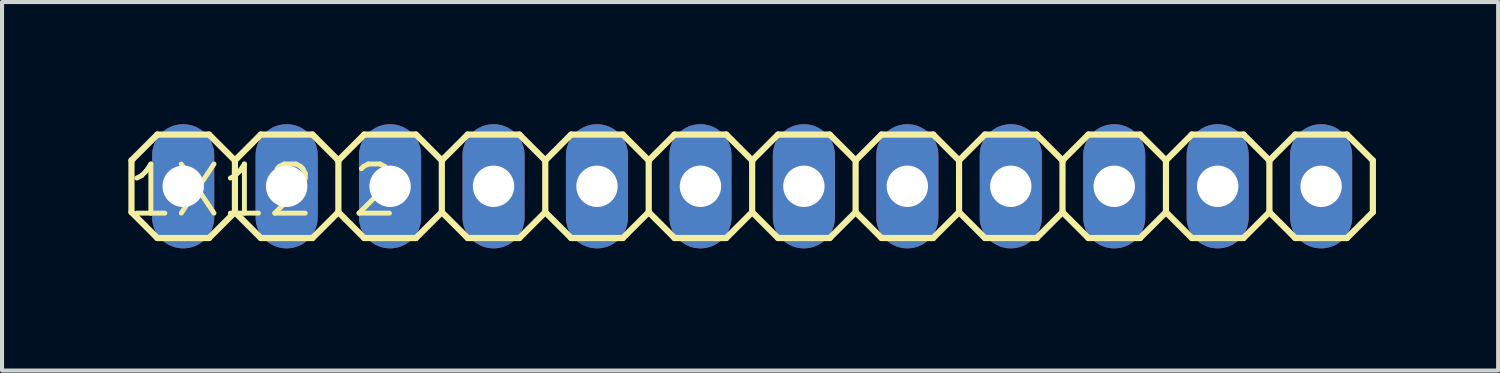
<source format=kicad_pcb>
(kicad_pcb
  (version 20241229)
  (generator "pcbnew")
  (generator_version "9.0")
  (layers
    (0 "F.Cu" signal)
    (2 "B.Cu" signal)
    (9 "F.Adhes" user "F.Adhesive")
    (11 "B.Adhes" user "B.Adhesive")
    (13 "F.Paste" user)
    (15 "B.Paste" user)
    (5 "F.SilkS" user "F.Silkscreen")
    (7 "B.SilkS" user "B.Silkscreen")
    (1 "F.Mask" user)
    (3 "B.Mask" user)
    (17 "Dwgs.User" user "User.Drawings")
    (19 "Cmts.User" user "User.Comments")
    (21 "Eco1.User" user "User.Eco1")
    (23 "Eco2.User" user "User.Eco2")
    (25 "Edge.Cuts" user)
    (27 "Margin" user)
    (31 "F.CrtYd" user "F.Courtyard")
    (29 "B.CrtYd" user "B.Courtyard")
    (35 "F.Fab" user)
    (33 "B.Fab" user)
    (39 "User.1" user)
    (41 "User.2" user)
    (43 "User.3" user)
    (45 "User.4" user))
  (footprint "1X12 2"
    (layer "F.Cu")
    (at 15.418 1.524)
    (property "Reference" "1X12 2" (at -15.418 0.813 180) (layer "F.SilkS") (effects (font (size 1.206 1.206) (thickness 0.121)) (justify left bottom)))
    (attr through_hole)
    (fp_line (start -15.24 -0.635) (end -15.24 0.635) (stroke (width 0.152) (type solid)) (layer "F.SilkS"))
    (fp_line (start -15.24 0.635) (end -14.605 1.27) (stroke (width 0.152) (type solid)) (layer "F.SilkS"))
    (fp_line (start -14.605 -1.27) (end -15.24 -0.635) (stroke (width 0.152) (type solid)) (layer "F.SilkS"))
    (fp_line (start -14.605 -1.27) (end -13.335 -1.27) (stroke (width 0.152) (type solid)) (layer "F.SilkS"))
    (fp_line (start -13.335 -1.27) (end -12.7 -0.635) (stroke (width 0.152) (type solid)) (layer "F.SilkS"))
    (fp_line (start -13.335 1.27) (end -14.605 1.27) (stroke (width 0.152) (type solid)) (layer "F.SilkS"))
    (fp_line (start -12.7 -0.635) (end -12.7 0.635) (stroke (width 0.152) (type solid)) (layer "F.SilkS"))
    (fp_line (start -12.7 -0.635) (end -12.065 -1.27) (stroke (width 0.152) (type solid)) (layer "F.SilkS"))
    (fp_line (start -12.7 0.635) (end -13.335 1.27) (stroke (width 0.152) (type solid)) (layer "F.SilkS"))
    (fp_line (start -12.065 -1.27) (end -10.795 -1.27) (stroke (width 0.152) (type solid)) (layer "F.SilkS"))
    (fp_line (start -12.065 1.27) (end -12.7 0.635) (stroke (width 0.152) (type solid)) (layer "F.SilkS"))
    (fp_line (start -10.795 -1.27) (end -10.16 -0.635) (stroke (width 0.152) (type solid)) (layer "F.SilkS"))
    (fp_line (start -10.795 1.27) (end -12.065 1.27) (stroke (width 0.152) (type solid)) (layer "F.SilkS"))
    (fp_line (start -10.16 -0.635) (end -10.16 0.635) (stroke (width 0.152) (type solid)) (layer "F.SilkS"))
    (fp_line (start -10.16 -0.635) (end -9.525 -1.27) (stroke (width 0.152) (type solid)) (layer "F.SilkS"))
    (fp_line (start -10.16 0.635) (end -10.795 1.27) (stroke (width 0.152) (type solid)) (layer "F.SilkS"))
    (fp_line (start -9.525 -1.27) (end -8.255 -1.27) (stroke (width 0.152) (type solid)) (layer "F.SilkS"))
    (fp_line (start -9.525 1.27) (end -10.16 0.635) (stroke (width 0.152) (type solid)) (layer "F.SilkS"))
    (fp_line (start -8.255 -1.27) (end -7.62 -0.635) (stroke (width 0.152) (type solid)) (layer "F.SilkS"))
    (fp_line (start -8.255 1.27) (end -9.525 1.27) (stroke (width 0.152) (type solid)) (layer "F.SilkS"))
    (fp_line (start -7.62 -0.635) (end -7.62 0.635) (stroke (width 0.152) (type solid)) (layer "F.SilkS"))
    (fp_line (start -7.62 0.635) (end -8.255 1.27) (stroke (width 0.152) (type solid)) (layer "F.SilkS"))
    (fp_line (start -7.62 0.635) (end -6.985 1.27) (stroke (width 0.152) (type solid)) (layer "F.SilkS"))
    (fp_line (start -6.985 -1.27) (end -7.62 -0.635) (stroke (width 0.152) (type solid)) (layer "F.SilkS"))
    (fp_line (start -6.985 -1.27) (end -5.715 -1.27) (stroke (width 0.152) (type solid)) (layer "F.SilkS"))
    (fp_line (start -5.715 -1.27) (end -5.08 -0.635) (stroke (width 0.152) (type solid)) (layer "F.SilkS"))
    (fp_line (start -5.715 1.27) (end -6.985 1.27) (stroke (width 0.152) (type solid)) (layer "F.SilkS"))
    (fp_line (start -5.08 -0.635) (end -5.08 0.635) (stroke (width 0.152) (type solid)) (layer "F.SilkS"))
    (fp_line (start -5.08 -0.635) (end -4.445 -1.27) (stroke (width 0.152) (type solid)) (layer "F.SilkS"))
    (fp_line (start -5.08 0.635) (end -5.715 1.27) (stroke (width 0.152) (type solid)) (layer "F.SilkS"))
    (fp_line (start -4.445 -1.27) (end -3.175 -1.27) (stroke (width 0.152) (type solid)) (layer "F.SilkS"))
    (fp_line (start -4.445 1.27) (end -5.08 0.635) (stroke (width 0.152) (type solid)) (layer "F.SilkS"))
    (fp_line (start -3.175 -1.27) (end -2.54 -0.635) (stroke (width 0.152) (type solid)) (layer "F.SilkS"))
    (fp_line (start -3.175 1.27) (end -4.445 1.27) (stroke (width 0.152) (type solid)) (layer "F.SilkS"))
    (fp_line (start -2.54 -0.635) (end -2.54 0.635) (stroke (width 0.152) (type solid)) (layer "F.SilkS"))
    (fp_line (start -2.54 -0.635) (end -1.905 -1.27) (stroke (width 0.152) (type solid)) (layer "F.SilkS"))
    (fp_line (start -2.54 0.635) (end -3.175 1.27) (stroke (width 0.152) (type solid)) (layer "F.SilkS"))
    (fp_line (start -1.905 -1.27) (end -0.635 -1.27) (stroke (width 0.152) (type solid)) (layer "F.SilkS"))
    (fp_line (start -1.905 1.27) (end -2.54 0.635) (stroke (width 0.152) (type solid)) (layer "F.SilkS"))
    (fp_line (start -0.635 -1.27) (end 0 -0.635) (stroke (width 0.152) (type solid)) (layer "F.SilkS"))
    (fp_line (start -0.635 1.27) (end -1.905 1.27) (stroke (width 0.152) (type solid)) (layer "F.SilkS"))
    (fp_line (start 0 -0.635) (end 0 0.635) (stroke (width 0.152) (type solid)) (layer "F.SilkS"))
    (fp_line (start 0 0.635) (end -0.635 1.27) (stroke (width 0.152) (type solid)) (layer "F.SilkS"))
    (fp_line (start 0 0.635) (end 0.635 1.27) (stroke (width 0.152) (type solid)) (layer "F.SilkS"))
    (fp_line (start 0.635 -1.27) (end 0 -0.635) (stroke (width 0.152) (type solid)) (layer "F.SilkS"))
    (fp_line (start 0.635 -1.27) (end 1.905 -1.27) (stroke (width 0.152) (type solid)) (layer "F.SilkS"))
    (fp_line (start 1.905 -1.27) (end 2.54 -0.635) (stroke (width 0.152) (type solid)) (layer "F.SilkS"))
    (fp_line (start 1.905 1.27) (end 0.635 1.27) (stroke (width 0.152) (type solid)) (layer "F.SilkS"))
    (fp_line (start 2.54 -0.635) (end 2.54 0.635) (stroke (width 0.152) (type solid)) (layer "F.SilkS"))
    (fp_line (start 2.54 -0.635) (end 3.175 -1.27) (stroke (width 0.152) (type solid)) (layer "F.SilkS"))
    (fp_line (start 2.54 0.635) (end 1.905 1.27) (stroke (width 0.152) (type solid)) (layer "F.SilkS"))
    (fp_line (start 3.175 -1.27) (end 4.445 -1.27) (stroke (width 0.152) (type solid)) (layer "F.SilkS"))
    (fp_line (start 3.175 1.27) (end 2.54 0.635) (stroke (width 0.152) (type solid)) (layer "F.SilkS"))
    (fp_line (start 4.445 -1.27) (end 5.08 -0.635) (stroke (width 0.152) (type solid)) (layer "F.SilkS"))
    (fp_line (start 4.445 1.27) (end 3.175 1.27) (stroke (width 0.152) (type solid)) (layer "F.SilkS"))
    (fp_line (start 5.08 -0.635) (end 5.08 0.635) (stroke (width 0.152) (type solid)) (layer "F.SilkS"))
    (fp_line (start 5.08 -0.635) (end 5.715 -1.27) (stroke (width 0.152) (type solid)) (layer "F.SilkS"))
    (fp_line (start 5.08 0.635) (end 4.445 1.27) (stroke (width 0.152) (type solid)) (layer "F.SilkS"))
    (fp_line (start 5.715 -1.27) (end 6.985 -1.27) (stroke (width 0.152) (type solid)) (layer "F.SilkS"))
    (fp_line (start 5.715 1.27) (end 5.08 0.635) (stroke (width 0.152) (type solid)) (layer "F.SilkS"))
    (fp_line (start 6.985 -1.27) (end 7.62 -0.635) (stroke (width 0.152) (type solid)) (layer "F.SilkS"))
    (fp_line (start 6.985 1.27) (end 5.715 1.27) (stroke (width 0.152) (type solid)) (layer "F.SilkS"))
    (fp_line (start 7.62 -0.635) (end 7.62 0.635) (stroke (width 0.152) (type solid)) (layer "F.SilkS"))
    (fp_line (start 7.62 0.635) (end 6.985 1.27) (stroke (width 0.152) (type solid)) (layer "F.SilkS"))
    (fp_line (start 7.62 0.635) (end 8.255 1.27) (stroke (width 0.152) (type solid)) (layer "F.SilkS"))
    (fp_line (start 8.255 -1.27) (end 7.62 -0.635) (stroke (width 0.152) (type solid)) (layer "F.SilkS"))
    (fp_line (start 8.255 -1.27) (end 9.525 -1.27) (stroke (width 0.152) (type solid)) (layer "F.SilkS"))
    (fp_line (start 9.525 -1.27) (end 10.16 -0.635) (stroke (width 0.152) (type solid)) (layer "F.SilkS"))
    (fp_line (start 9.525 1.27) (end 8.255 1.27) (stroke (width 0.152) (type solid)) (layer "F.SilkS"))
    (fp_line (start 10.16 -0.635) (end 10.16 0.635) (stroke (width 0.152) (type solid)) (layer "F.SilkS"))
    (fp_line (start 10.16 -0.635) (end 10.795 -1.27) (stroke (width 0.152) (type solid)) (layer "F.SilkS"))
    (fp_line (start 10.16 0.635) (end 9.525 1.27) (stroke (width 0.152) (type solid)) (layer "F.SilkS"))
    (fp_line (start 10.795 -1.27) (end 12.065 -1.27) (stroke (width 0.152) (type solid)) (layer "F.SilkS"))
    (fp_line (start 10.795 1.27) (end 10.16 0.635) (stroke (width 0.152) (type solid)) (layer "F.SilkS"))
    (fp_line (start 12.065 -1.27) (end 12.7 -0.635) (stroke (width 0.152) (type solid)) (layer "F.SilkS"))
    (fp_line (start 12.065 1.27) (end 10.795 1.27) (stroke (width 0.152) (type solid)) (layer "F.SilkS"))
    (fp_line (start 12.7 -0.635) (end 12.7 0.635) (stroke (width 0.152) (type solid)) (layer "F.SilkS"))
    (fp_line (start 12.7 -0.635) (end 13.335 -1.27) (stroke (width 0.152) (type solid)) (layer "F.SilkS"))
    (fp_line (start 12.7 0.635) (end 12.065 1.27) (stroke (width 0.152) (type solid)) (layer "F.SilkS"))
    (fp_line (start 13.335 -1.27) (end 14.605 -1.27) (stroke (width 0.152) (type solid)) (layer "F.SilkS"))
    (fp_line (start 13.335 1.27) (end 12.7 0.635) (stroke (width 0.152) (type solid)) (layer "F.SilkS"))
    (fp_line (start 14.605 -1.27) (end 15.24 -0.635) (stroke (width 0.152) (type solid)) (layer "F.SilkS"))
    (fp_line (start 14.605 1.27) (end 13.335 1.27) (stroke (width 0.152) (type solid)) (layer "F.SilkS"))
    (fp_line (start 15.24 -0.635) (end 15.24 0.635) (stroke (width 0.152) (type solid)) (layer "F.SilkS"))
    (fp_line (start 15.24 0.635) (end 14.605 1.27) (stroke (width 0.152) (type solid)) (layer "F.SilkS"))
    (fp_poly (pts (xy -14.224 0.254) (xy -13.716 0.254) (xy -13.716 -0.254) (xy -14.224 -0.254)) (stroke (width 0.1) (type solid)) (fill no) (layer "F.Fab"))
    (fp_poly (pts (xy -11.684 0.254) (xy -11.176 0.254) (xy -11.176 -0.254) (xy -11.684 -0.254)) (stroke (width 0.1) (type solid)) (fill no) (layer "F.Fab"))
    (fp_poly (pts (xy -9.144 0.254) (xy -8.636 0.254) (xy -8.636 -0.254) (xy -9.144 -0.254)) (stroke (width 0.1) (type solid)) (fill no) (layer "F.Fab"))
    (fp_poly (pts (xy -6.604 0.254) (xy -6.096 0.254) (xy -6.096 -0.254) (xy -6.604 -0.254)) (stroke (width 0.1) (type solid)) (fill no) (layer "F.Fab"))
    (fp_poly (pts (xy -4.064 0.254) (xy -3.556 0.254) (xy -3.556 -0.254) (xy -4.064 -0.254)) (stroke (width 0.1) (type solid)) (fill no) (layer "F.Fab"))
    (fp_poly (pts (xy -1.524 0.254) (xy -1.016 0.254) (xy -1.016 -0.254) (xy -1.524 -0.254)) (stroke (width 0.1) (type solid)) (fill no) (layer "F.Fab"))
    (fp_poly (pts (xy 1.016 0.254) (xy 1.524 0.254) (xy 1.524 -0.254) (xy 1.016 -0.254)) (stroke (width 0.1) (type solid)) (fill no) (layer "F.Fab"))
    (fp_poly (pts (xy 3.556 0.254) (xy 4.064 0.254) (xy 4.064 -0.254) (xy 3.556 -0.254)) (stroke (width 0.1) (type solid)) (fill no) (layer "F.Fab"))
    (fp_poly (pts (xy 6.096 0.254) (xy 6.604 0.254) (xy 6.604 -0.254) (xy 6.096 -0.254)) (stroke (width 0.1) (type solid)) (fill no) (layer "F.Fab"))
    (fp_poly (pts (xy 8.636 0.254) (xy 9.144 0.254) (xy 9.144 -0.254) (xy 8.636 -0.254)) (stroke (width 0.1) (type solid)) (fill no) (layer "F.Fab"))
    (fp_poly (pts (xy 11.176 0.254) (xy 11.684 0.254) (xy 11.684 -0.254) (xy 11.176 -0.254)) (stroke (width 0.1) (type solid)) (fill no) (layer "F.Fab"))
    (fp_poly (pts (xy 13.716 0.254) (xy 14.224 0.254) (xy 14.224 -0.254) (xy 13.716 -0.254)) (stroke (width 0.1) (type solid)) (fill no) (layer "F.Fab"))
    (pad "1" thru_hole oval (at -13.97 0 90) (size 3.048 1.524) (drill 1.016) (layers "*.Cu" "*.Mask"))
    (pad "2" thru_hole oval (at -11.43 0 90) (size 3.048 1.524) (drill 1.016) (layers "*.Cu" "*.Mask"))
    (pad "3" thru_hole oval (at -8.89 0 90) (size 3.048 1.524) (drill 1.016) (layers "*.Cu" "*.Mask"))
    (pad "4" thru_hole oval (at -6.35 0 90) (size 3.048 1.524) (drill 1.016) (layers "*.Cu" "*.Mask"))
    (pad "5" thru_hole oval (at -3.81 0 90) (size 3.048 1.524) (drill 1.016) (layers "*.Cu" "*.Mask"))
    (pad "6" thru_hole oval (at -1.27 0 90) (size 3.048 1.524) (drill 1.016) (layers "*.Cu" "*.Mask"))
    (pad "7" thru_hole oval (at 1.27 0 90) (size 3.048 1.524) (drill 1.016) (layers "*.Cu" "*.Mask"))
    (pad "8" thru_hole oval (at 3.81 0 90) (size 3.048 1.524) (drill 1.016) (layers "*.Cu" "*.Mask"))
    (pad "9" thru_hole oval (at 6.35 0 90) (size 3.048 1.524) (drill 1.016) (layers "*.Cu" "*.Mask"))
    (pad "10" thru_hole oval (at 8.89 0 90) (size 3.048 1.524) (drill 1.016) (layers "*.Cu" "*.Mask"))
    (pad "11" thru_hole oval (at 11.43 0 90) (size 3.048 1.524) (drill 1.016) (layers "*.Cu" "*.Mask"))
    (pad "12" thru_hole oval (at 13.97 0 90) (size 3.048 1.524) (drill 1.016) (layers "*.Cu" "*.Mask")))
  (gr_rect
    (start -3 -3)
    (end 33.734 6.048)
    (stroke (width 0.1) (type default))
    (fill no)
    (layer "Edge.Cuts")))
</source>
